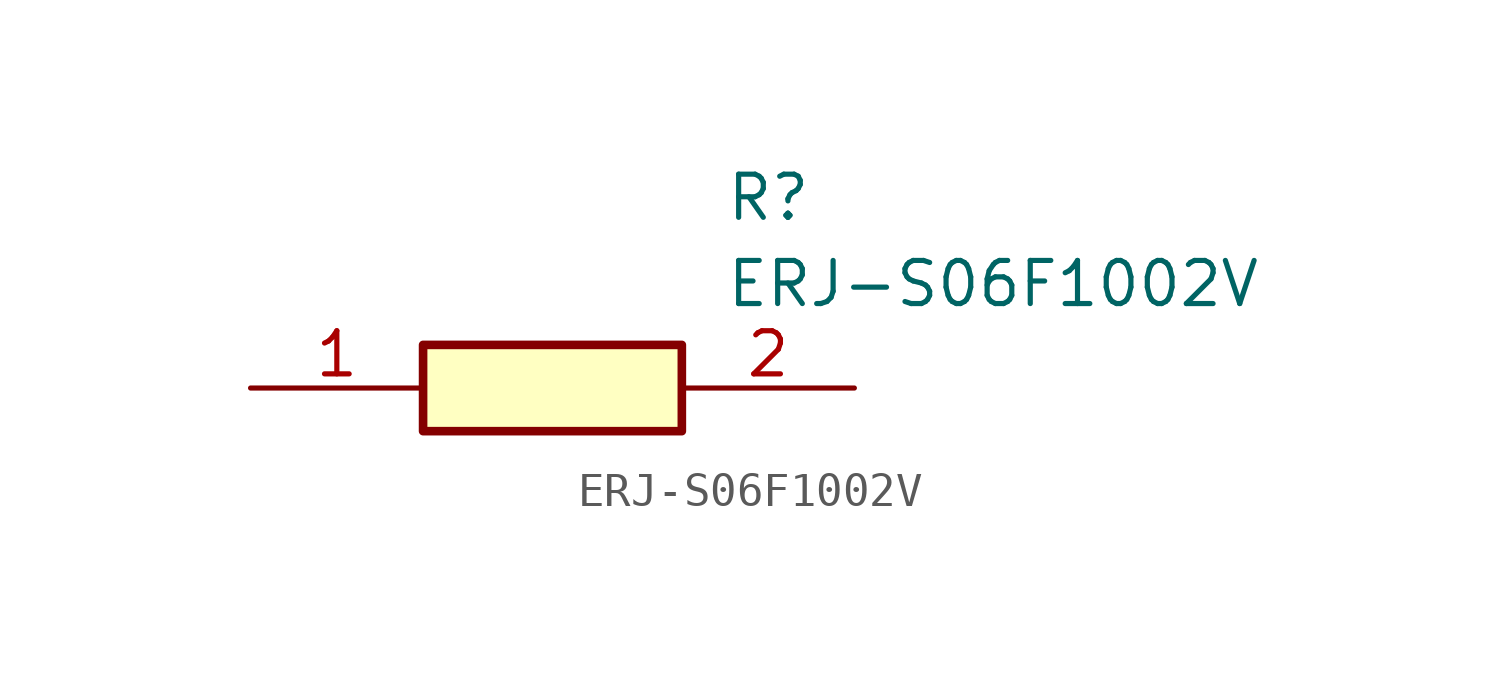
<source format=kicad_sym>
(kicad_symbol_lib
  (version 20211014)
  (generator SamacSys_ECAD_Model)
  (symbol "ERJ-S06F1002V"
    (pin_names hide)
    (property "Reference" "R"
      (at 13.97 6.35 0)
      (effects (font (size 1.27 1.27)) (justify left top)))
    (property "Value" "ERJ-S06F1002V"
      (at 13.97 3.81 0)
      (effects (font (size 1.27 1.27)) (justify left top)))
    (rectangle
      (start 5.08 1.27)
      (end 12.7 -1.27)
      (stroke (width 0.254) (type default))
      (fill (type background)))
    (pin passive line
      (at 0 0 0)
      (length 5.08)
      (name "1" (effects (font (size 1.27 1.27))))
      (number "1" (effects (font (size 1.27 1.27)))))
    (pin passive line
      (at 17.78 0 180)
      (length 5.08)
      (name "2" (effects (font (size 1.27 1.27))))
      (number "2" (effects (font (size 1.27 1.27)))))))
</source>
